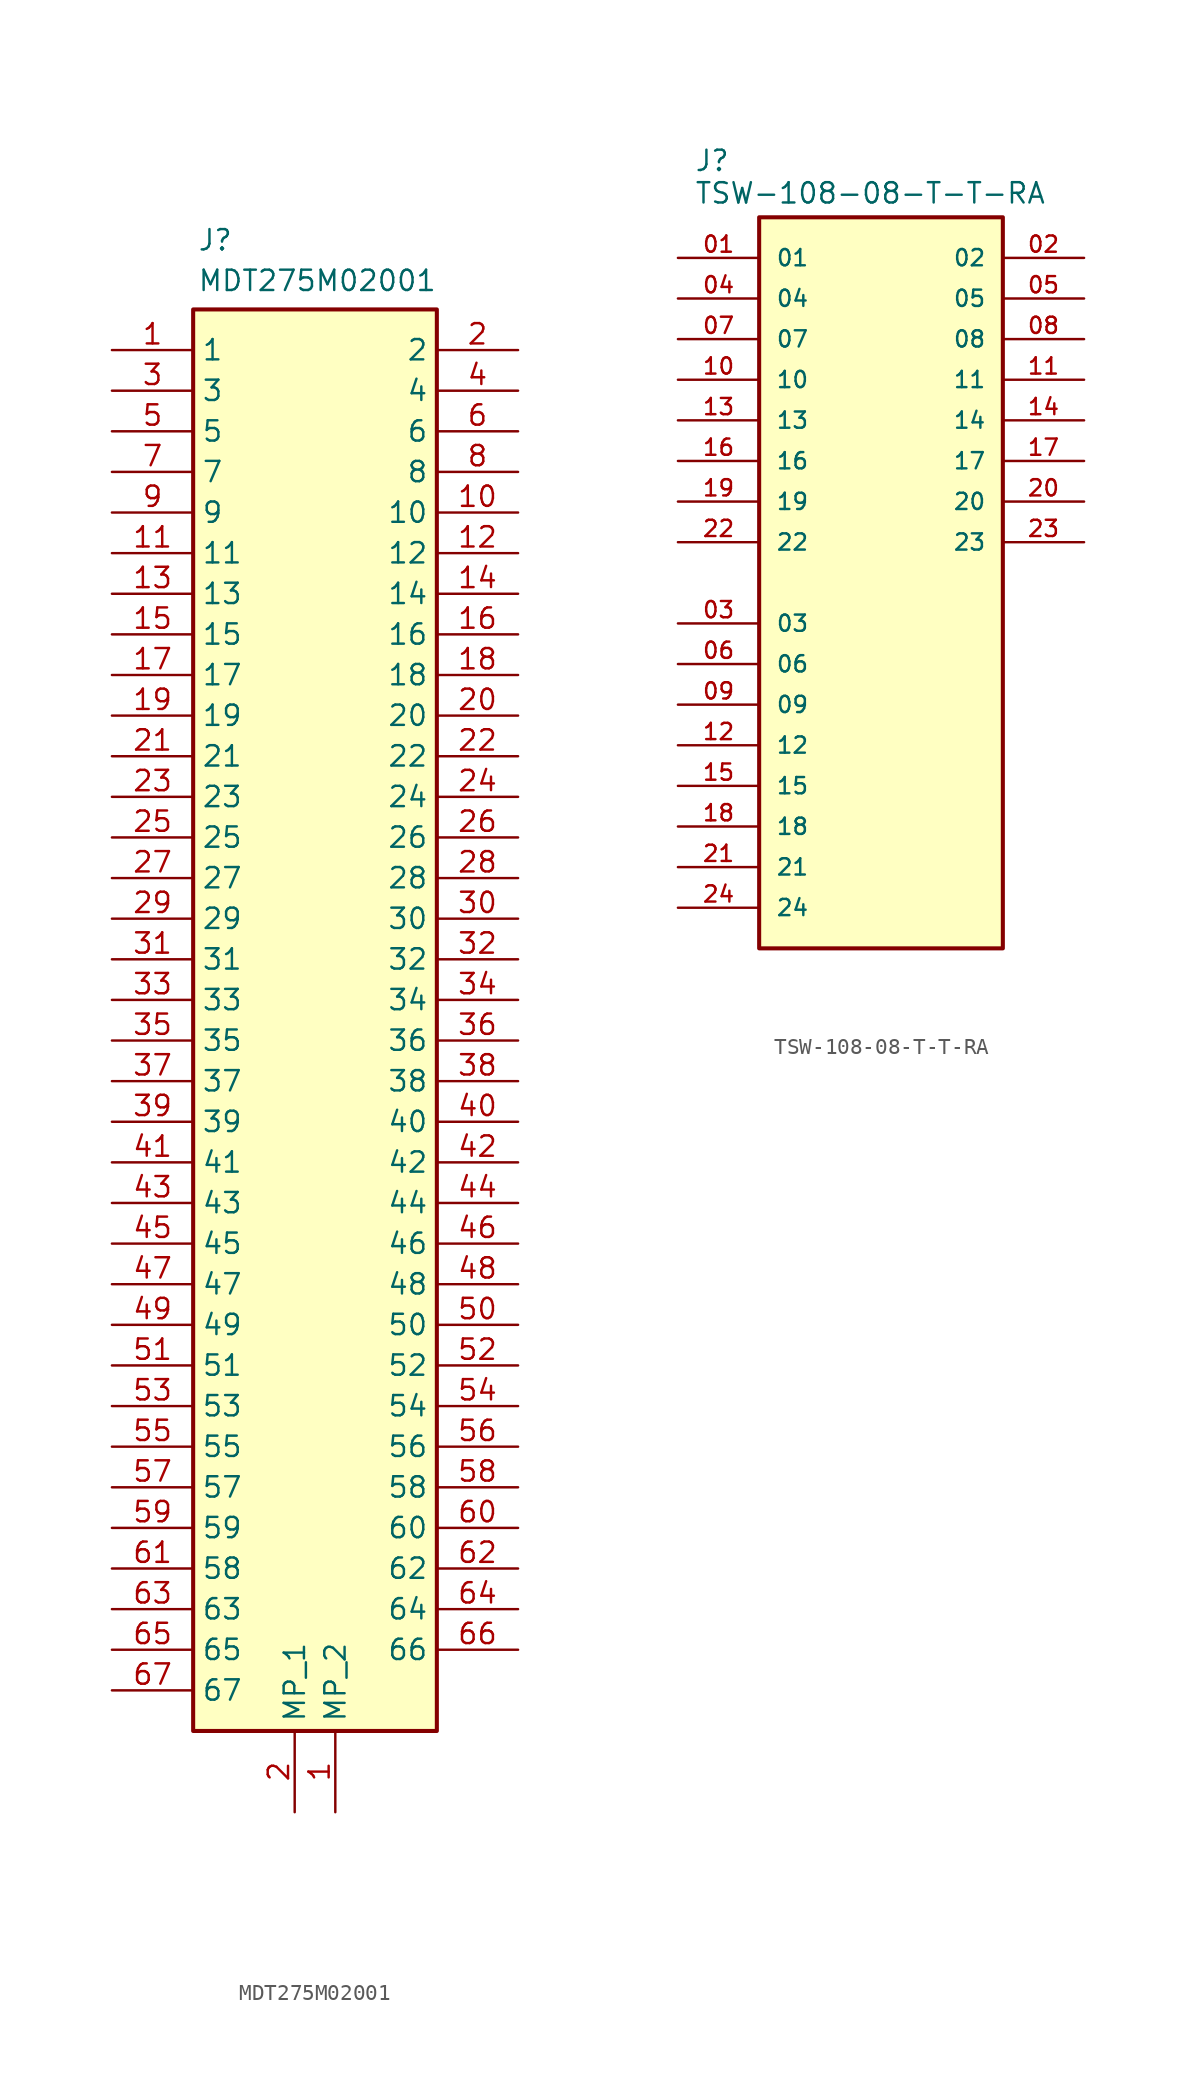
<source format=kicad_sym>
(kicad_symbol_lib
  (version 20241209)
  (generator "kicad_symbol_editor")
  (generator_version "9.0")
  (symbol "MDT275M02001"
    (property "Reference" "J"
      (at 5.334 7.62 0)
      (effects (font (size 1.27 1.27)) (justify left top)))
    (property "Value" "MDT275M02001"
      (at 5.334 5.08 0)
      (effects (font (size 1.27 1.27)) (justify left top)))
    (symbol "MDT275M02001_1_1"
      (rectangle (start 5.08 2.54) (end 20.32 -86.36) (stroke (width 0.254) (type default)) (fill (type background)))
      (pin passive line (at 0 0 0) (length 5.08) (name "1" (effects (font (size 1.27 1.27)))) (number "1" (effects (font (size 1.27 1.27)))))
      (pin passive line (at 0 -2.54 0) (length 5.08) (name "3" (effects (font (size 1.27 1.27)))) (number "3" (effects (font (size 1.27 1.27)))))
      (pin passive line (at 0 -5.08 0) (length 5.08) (name "5" (effects (font (size 1.27 1.27)))) (number "5" (effects (font (size 1.27 1.27)))))
      (pin passive line (at 0 -7.62 0) (length 5.08) (name "7" (effects (font (size 1.27 1.27)))) (number "7" (effects (font (size 1.27 1.27)))))
      (pin passive line (at 0 -10.16 0) (length 5.08) (name "9" (effects (font (size 1.27 1.27)))) (number "9" (effects (font (size 1.27 1.27)))))
      (pin passive line (at 0 -12.7 0) (length 5.08) (name "11" (effects (font (size 1.27 1.27)))) (number "11" (effects (font (size 1.27 1.27)))))
      (pin passive line (at 0 -15.24 0) (length 5.08) (name "13" (effects (font (size 1.27 1.27)))) (number "13" (effects (font (size 1.27 1.27)))))
      (pin passive line (at 0 -17.78 0) (length 5.08) (name "15" (effects (font (size 1.27 1.27)))) (number "15" (effects (font (size 1.27 1.27)))))
      (pin passive line (at 0 -20.32 0) (length 5.08) (name "17" (effects (font (size 1.27 1.27)))) (number "17" (effects (font (size 1.27 1.27)))))
      (pin passive line (at 0 -22.86 0) (length 5.08) (name "19" (effects (font (size 1.27 1.27)))) (number "19" (effects (font (size 1.27 1.27)))))
      (pin passive line (at 0 -25.4 0) (length 5.08) (name "21" (effects (font (size 1.27 1.27)))) (number "21" (effects (font (size 1.27 1.27)))))
      (pin passive line (at 0 -27.94 0) (length 5.08) (name "23" (effects (font (size 1.27 1.27)))) (number "23" (effects (font (size 1.27 1.27)))))
      (pin passive line (at 0 -30.48 0) (length 5.08) (name "25" (effects (font (size 1.27 1.27)))) (number "25" (effects (font (size 1.27 1.27)))))
      (pin passive line (at 0 -33.02 0) (length 5.08) (name "27" (effects (font (size 1.27 1.27)))) (number "27" (effects (font (size 1.27 1.27)))))
      (pin passive line (at 0 -35.56 0) (length 5.08) (name "29" (effects (font (size 1.27 1.27)))) (number "29" (effects (font (size 1.27 1.27)))))
      (pin passive line (at 0 -38.1 0) (length 5.08) (name "31" (effects (font (size 1.27 1.27)))) (number "31" (effects (font (size 1.27 1.27)))))
      (pin passive line (at 0 -40.64 0) (length 5.08) (name "33" (effects (font (size 1.27 1.27)))) (number "33" (effects (font (size 1.27 1.27)))))
      (pin passive line (at 0 -43.18 0) (length 5.08) (name "35" (effects (font (size 1.27 1.27)))) (number "35" (effects (font (size 1.27 1.27)))))
      (pin passive line (at 0 -45.72 0) (length 5.08) (name "37" (effects (font (size 1.27 1.27)))) (number "37" (effects (font (size 1.27 1.27)))))
      (pin passive line (at 0 -48.26 0) (length 5.08) (name "39" (effects (font (size 1.27 1.27)))) (number "39" (effects (font (size 1.27 1.27)))))
      (pin passive line (at 0 -50.8 0) (length 5.08) (name "41" (effects (font (size 1.27 1.27)))) (number "41" (effects (font (size 1.27 1.27)))))
      (pin passive line (at 0 -53.34 0) (length 5.08) (name "43" (effects (font (size 1.27 1.27)))) (number "43" (effects (font (size 1.27 1.27)))))
      (pin passive line (at 0 -55.88 0) (length 5.08) (name "45" (effects (font (size 1.27 1.27)))) (number "45" (effects (font (size 1.27 1.27)))))
      (pin passive line (at 0 -58.42 0) (length 5.08) (name "47" (effects (font (size 1.27 1.27)))) (number "47" (effects (font (size 1.27 1.27)))))
      (pin passive line (at 0 -60.96 0) (length 5.08) (name "49" (effects (font (size 1.27 1.27)))) (number "49" (effects (font (size 1.27 1.27)))))
      (pin passive line (at 0 -63.5 0) (length 5.08) (name "51" (effects (font (size 1.27 1.27)))) (number "51" (effects (font (size 1.27 1.27)))))
      (pin passive line (at 0 -66.04 0) (length 5.08) (name "53" (effects (font (size 1.27 1.27)))) (number "53" (effects (font (size 1.27 1.27)))))
      (pin passive line (at 0 -68.58 0) (length 5.08) (name "55" (effects (font (size 1.27 1.27)))) (number "55" (effects (font (size 1.27 1.27)))))
      (pin passive line (at 0 -71.12 0) (length 5.08) (name "57" (effects (font (size 1.27 1.27)))) (number "57" (effects (font (size 1.27 1.27)))))
      (pin passive line (at 0 -73.66 0) (length 5.08) (name "59" (effects (font (size 1.27 1.27)))) (number "59" (effects (font (size 1.27 1.27)))))
      (pin passive line (at 0 -76.2 0) (length 5.08) (name "58" (effects (font (size 1.27 1.27)))) (number "61" (effects (font (size 1.27 1.27)))))
      (pin passive line (at 0 -78.74 0) (length 5.08) (name "63" (effects (font (size 1.27 1.27)))) (number "63" (effects (font (size 1.27 1.27)))))
      (pin passive line (at 0 -81.28 0) (length 5.08) (name "65" (effects (font (size 1.27 1.27)))) (number "65" (effects (font (size 1.27 1.27)))))
      (pin passive line (at 0 -83.82 0) (length 5.08) (name "67" (effects (font (size 1.27 1.27)))) (number "67" (effects (font (size 1.27 1.27)))))
      (pin passive line (at 11.43 -91.44 90) (length 5.08) (name "MP_1" (effects (font (size 1.27 1.27)))) (number "2" (effects (font (size 1.27 1.27)))))
      (pin passive line (at 13.97 -91.44 90) (length 5.08) (name "MP_2" (effects (font (size 1.27 1.27)))) (number "1" (effects (font (size 1.27 1.27)))))
      (pin passive line (at 25.4 0 180) (length 5.08) (name "2" (effects (font (size 1.27 1.27)))) (number "2" (effects (font (size 1.27 1.27)))))
      (pin passive line (at 25.4 -2.54 180) (length 5.08) (name "4" (effects (font (size 1.27 1.27)))) (number "4" (effects (font (size 1.27 1.27)))))
      (pin passive line (at 25.4 -5.08 180) (length 5.08) (name "6" (effects (font (size 1.27 1.27)))) (number "6" (effects (font (size 1.27 1.27)))))
      (pin passive line (at 25.4 -7.62 180) (length 5.08) (name "8" (effects (font (size 1.27 1.27)))) (number "8" (effects (font (size 1.27 1.27)))))
      (pin passive line (at 25.4 -10.16 180) (length 5.08) (name "10" (effects (font (size 1.27 1.27)))) (number "10" (effects (font (size 1.27 1.27)))))
      (pin passive line (at 25.4 -12.7 180) (length 5.08) (name "12" (effects (font (size 1.27 1.27)))) (number "12" (effects (font (size 1.27 1.27)))))
      (pin passive line (at 25.4 -15.24 180) (length 5.08) (name "14" (effects (font (size 1.27 1.27)))) (number "14" (effects (font (size 1.27 1.27)))))
      (pin passive line (at 25.4 -17.78 180) (length 5.08) (name "16" (effects (font (size 1.27 1.27)))) (number "16" (effects (font (size 1.27 1.27)))))
      (pin passive line (at 25.4 -20.32 180) (length 5.08) (name "18" (effects (font (size 1.27 1.27)))) (number "18" (effects (font (size 1.27 1.27)))))
      (pin passive line (at 25.4 -22.86 180) (length 5.08) (name "20" (effects (font (size 1.27 1.27)))) (number "20" (effects (font (size 1.27 1.27)))))
      (pin passive line (at 25.4 -25.4 180) (length 5.08) (name "22" (effects (font (size 1.27 1.27)))) (number "22" (effects (font (size 1.27 1.27)))))
      (pin passive line (at 25.4 -27.94 180) (length 5.08) (name "24" (effects (font (size 1.27 1.27)))) (number "24" (effects (font (size 1.27 1.27)))))
      (pin passive line (at 25.4 -30.48 180) (length 5.08) (name "26" (effects (font (size 1.27 1.27)))) (number "26" (effects (font (size 1.27 1.27)))))
      (pin passive line (at 25.4 -33.02 180) (length 5.08) (name "28" (effects (font (size 1.27 1.27)))) (number "28" (effects (font (size 1.27 1.27)))))
      (pin passive line (at 25.4 -35.56 180) (length 5.08) (name "30" (effects (font (size 1.27 1.27)))) (number "30" (effects (font (size 1.27 1.27)))))
      (pin passive line (at 25.4 -38.1 180) (length 5.08) (name "32" (effects (font (size 1.27 1.27)))) (number "32" (effects (font (size 1.27 1.27)))))
      (pin passive line (at 25.4 -40.64 180) (length 5.08) (name "34" (effects (font (size 1.27 1.27)))) (number "34" (effects (font (size 1.27 1.27)))))
      (pin passive line (at 25.4 -43.18 180) (length 5.08) (name "36" (effects (font (size 1.27 1.27)))) (number "36" (effects (font (size 1.27 1.27)))))
      (pin passive line (at 25.4 -45.72 180) (length 5.08) (name "38" (effects (font (size 1.27 1.27)))) (number "38" (effects (font (size 1.27 1.27)))))
      (pin passive line (at 25.4 -48.26 180) (length 5.08) (name "40" (effects (font (size 1.27 1.27)))) (number "40" (effects (font (size 1.27 1.27)))))
      (pin passive line (at 25.4 -50.8 180) (length 5.08) (name "42" (effects (font (size 1.27 1.27)))) (number "42" (effects (font (size 1.27 1.27)))))
      (pin passive line (at 25.4 -53.34 180) (length 5.08) (name "44" (effects (font (size 1.27 1.27)))) (number "44" (effects (font (size 1.27 1.27)))))
      (pin passive line (at 25.4 -55.88 180) (length 5.08) (name "46" (effects (font (size 1.27 1.27)))) (number "46" (effects (font (size 1.27 1.27)))))
      (pin passive line (at 25.4 -58.42 180) (length 5.08) (name "48" (effects (font (size 1.27 1.27)))) (number "48" (effects (font (size 1.27 1.27)))))
      (pin passive line (at 25.4 -60.96 180) (length 5.08) (name "50" (effects (font (size 1.27 1.27)))) (number "50" (effects (font (size 1.27 1.27)))))
      (pin passive line (at 25.4 -63.5 180) (length 5.08) (name "52" (effects (font (size 1.27 1.27)))) (number "52" (effects (font (size 1.27 1.27)))))
      (pin passive line (at 25.4 -66.04 180) (length 5.08) (name "54" (effects (font (size 1.27 1.27)))) (number "54" (effects (font (size 1.27 1.27)))))
      (pin passive line (at 25.4 -68.58 180) (length 5.08) (name "56" (effects (font (size 1.27 1.27)))) (number "56" (effects (font (size 1.27 1.27)))))
      (pin passive line (at 25.4 -71.12 180) (length 5.08) (name "58" (effects (font (size 1.27 1.27)))) (number "58" (effects (font (size 1.27 1.27)))))
      (pin passive line (at 25.4 -73.66 180) (length 5.08) (name "60" (effects (font (size 1.27 1.27)))) (number "60" (effects (font (size 1.27 1.27)))))
      (pin passive line (at 25.4 -76.2 180) (length 5.08) (name "62" (effects (font (size 1.27 1.27)))) (number "62" (effects (font (size 1.27 1.27)))))
      (pin passive line (at 25.4 -78.74 180) (length 5.08) (name "64" (effects (font (size 1.27 1.27)))) (number "64" (effects (font (size 1.27 1.27)))))
      (pin passive line (at 25.4 -81.28 180) (length 5.08) (name "66" (effects (font (size 1.27 1.27)))) (number "66" (effects (font (size 1.27 1.27)))))))
  (symbol "TSW-108-08-T-T-RA"
    (pin_names
      (offset 1.016))
    (property "Reference" "J"
      (at -11.684 25.654 0)
      (effects (font (size 1.27 1.27)) (justify left bottom)))
    (property "Value" "TSW-108-08-T-T-RA"
      (at -11.684 23.622 0)
      (effects (font (size 1.27 1.27)) (justify left bottom)))
    (symbol "TSW-108-08-T-T-RA_0_0"
      (rectangle (start -7.62 -22.86) (end 7.62 22.86) (stroke (width 0.254) (type default)) (fill (type background)))
      (pin passive line (at -12.7 20.32 0) (length 5.08) (name "01" (effects (font (size 1.016 1.016)))) (number "01" (effects (font (size 1.016 1.016)))))
      (pin passive line (at -12.7 17.78 0) (length 5.08) (name "04" (effects (font (size 1.016 1.016)))) (number "04" (effects (font (size 1.016 1.016)))))
      (pin passive line (at -12.7 15.24 0) (length 5.08) (name "07" (effects (font (size 1.016 1.016)))) (number "07" (effects (font (size 1.016 1.016)))))
      (pin passive line (at -12.7 12.7 0) (length 5.08) (name "10" (effects (font (size 1.016 1.016)))) (number "10" (effects (font (size 1.016 1.016)))))
      (pin passive line (at -12.7 10.16 0) (length 5.08) (name "13" (effects (font (size 1.016 1.016)))) (number "13" (effects (font (size 1.016 1.016)))))
      (pin passive line (at -12.7 7.62 0) (length 5.08) (name "16" (effects (font (size 1.016 1.016)))) (number "16" (effects (font (size 1.016 1.016)))))
      (pin passive line (at -12.7 5.08 0) (length 5.08) (name "19" (effects (font (size 1.016 1.016)))) (number "19" (effects (font (size 1.016 1.016)))))
      (pin passive line (at -12.7 2.54 0) (length 5.08) (name "22" (effects (font (size 1.016 1.016)))) (number "22" (effects (font (size 1.016 1.016)))))
      (pin passive line (at -12.7 -2.54 0) (length 5.08) (name "03" (effects (font (size 1.016 1.016)))) (number "03" (effects (font (size 1.016 1.016)))))
      (pin passive line (at -12.7 -5.08 0) (length 5.08) (name "06" (effects (font (size 1.016 1.016)))) (number "06" (effects (font (size 1.016 1.016)))))
      (pin passive line (at -12.7 -7.62 0) (length 5.08) (name "09" (effects (font (size 1.016 1.016)))) (number "09" (effects (font (size 1.016 1.016)))))
      (pin passive line (at -12.7 -10.16 0) (length 5.08) (name "12" (effects (font (size 1.016 1.016)))) (number "12" (effects (font (size 1.016 1.016)))))
      (pin passive line (at -12.7 -12.7 0) (length 5.08) (name "15" (effects (font (size 1.016 1.016)))) (number "15" (effects (font (size 1.016 1.016)))))
      (pin passive line (at -12.7 -15.24 0) (length 5.08) (name "18" (effects (font (size 1.016 1.016)))) (number "18" (effects (font (size 1.016 1.016)))))
      (pin passive line (at -12.7 -17.78 0) (length 5.08) (name "21" (effects (font (size 1.016 1.016)))) (number "21" (effects (font (size 1.016 1.016)))))
      (pin passive line (at -12.7 -20.32 0) (length 5.08) (name "24" (effects (font (size 1.016 1.016)))) (number "24" (effects (font (size 1.016 1.016)))))
      (pin passive line (at 12.7 20.32 180) (length 5.08) (name "02" (effects (font (size 1.016 1.016)))) (number "02" (effects (font (size 1.016 1.016)))))
      (pin passive line (at 12.7 17.78 180) (length 5.08) (name "05" (effects (font (size 1.016 1.016)))) (number "05" (effects (font (size 1.016 1.016)))))
      (pin passive line (at 12.7 15.24 180) (length 5.08) (name "08" (effects (font (size 1.016 1.016)))) (number "08" (effects (font (size 1.016 1.016)))))
      (pin passive line (at 12.7 12.7 180) (length 5.08) (name "11" (effects (font (size 1.016 1.016)))) (number "11" (effects (font (size 1.016 1.016)))))
      (pin passive line (at 12.7 10.16 180) (length 5.08) (name "14" (effects (font (size 1.016 1.016)))) (number "14" (effects (font (size 1.016 1.016)))))
      (pin passive line (at 12.7 7.62 180) (length 5.08) (name "17" (effects (font (size 1.016 1.016)))) (number "17" (effects (font (size 1.016 1.016)))))
      (pin passive line (at 12.7 5.08 180) (length 5.08) (name "20" (effects (font (size 1.016 1.016)))) (number "20" (effects (font (size 1.016 1.016)))))
      (pin passive line (at 12.7 2.54 180) (length 5.08) (name "23" (effects (font (size 1.016 1.016)))) (number "23" (effects (font (size 1.016 1.016))))))))
</source>
